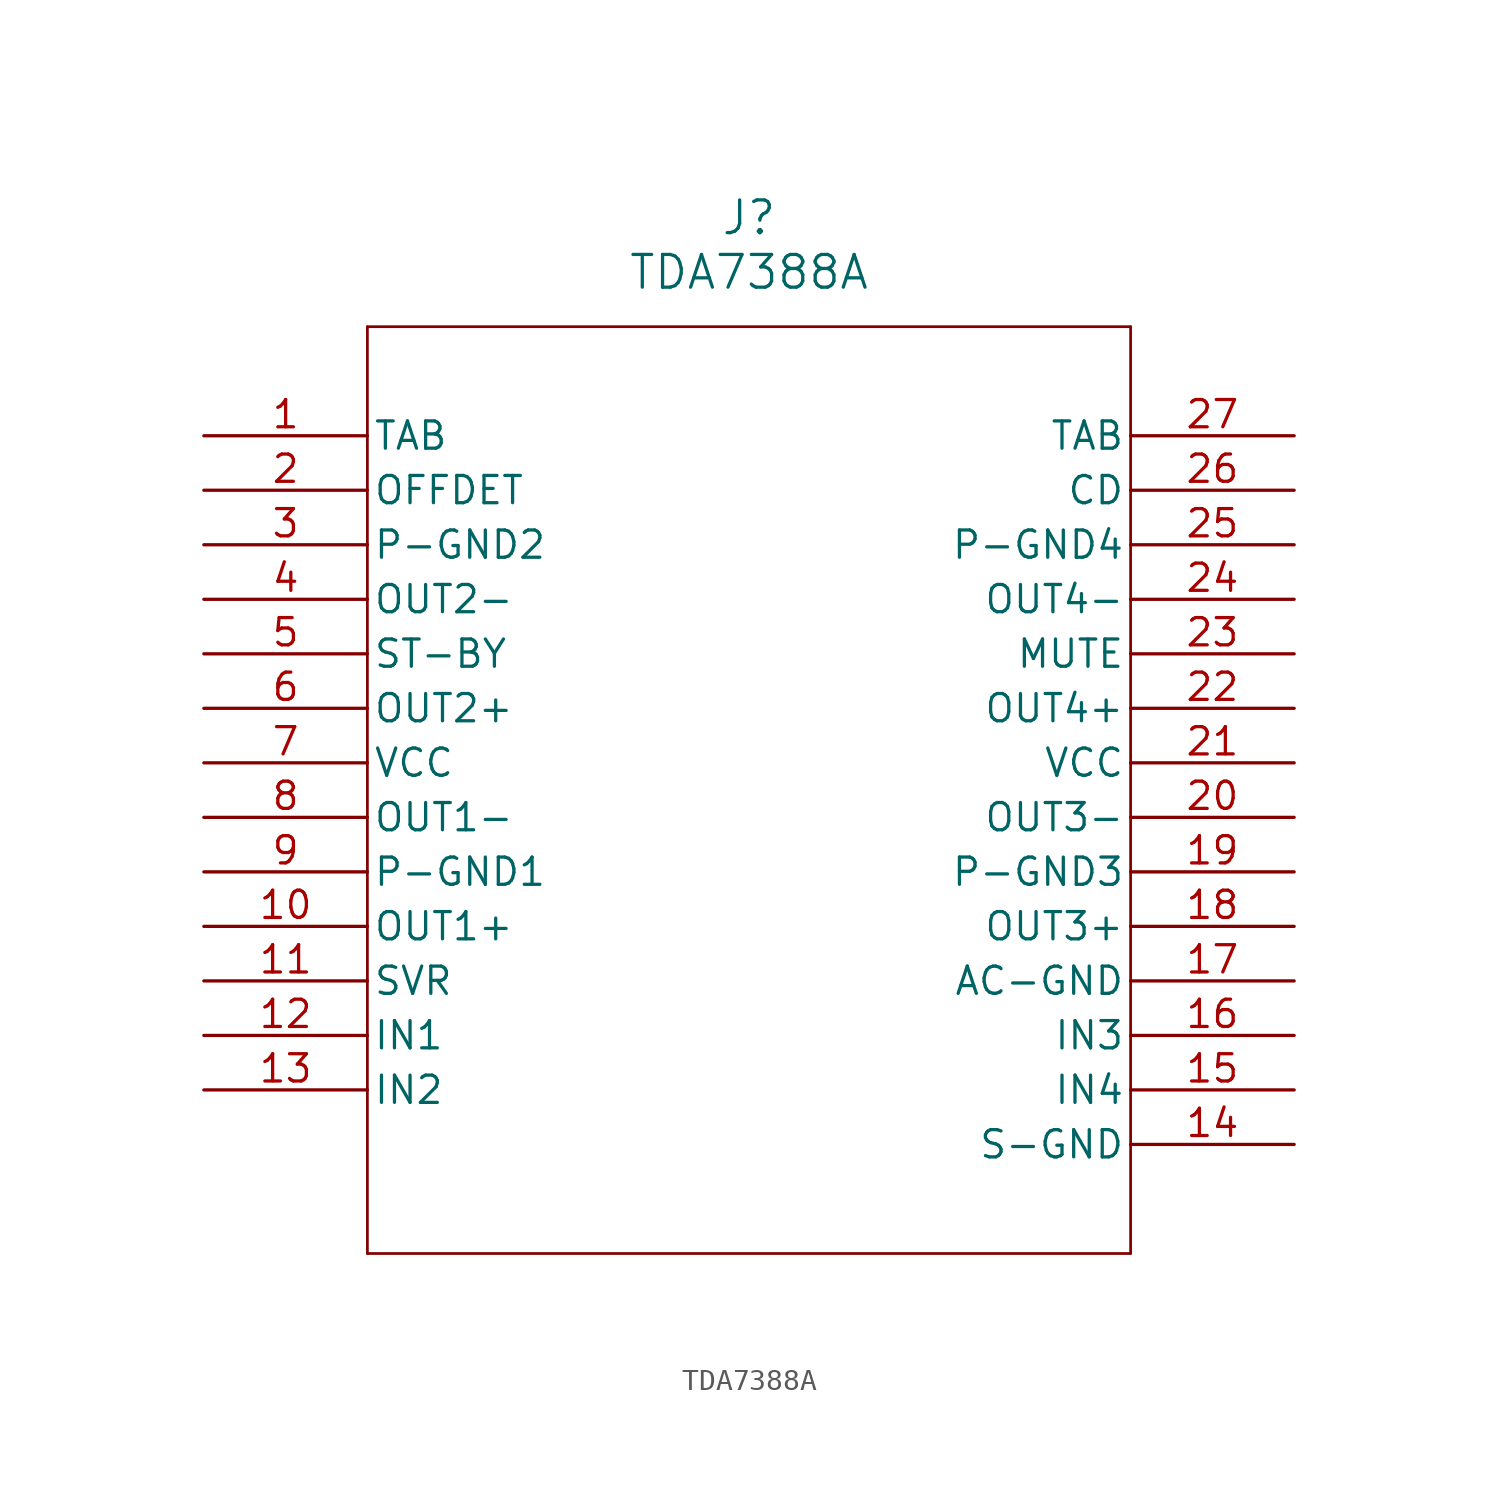
<source format=kicad_sym>
(kicad_symbol_lib
  (version 20211014)
  (generator kicad_symbol_editor)
  (symbol "TDA7388A"
    (pin_names
      (offset 0.254))
    (property "Reference" "J"
      (at 25.4 10.16 0)
      (effects (font (size 1.524 1.524))))
    (property "Value" "TDA7388A"
      (at 25.4 7.62 0)
      (effects (font (size 1.524 1.524))))
    (symbol "TDA7388A_0_1"
      (polyline (pts (xy 7.62 5.08) (xy 7.62 -38.1)) (stroke (width 0.127) (type default) (color 0 0 0 0)) (fill (type none)))
      (polyline (pts (xy 7.62 -38.1) (xy 43.18 -38.1)) (stroke (width 0.127) (type default) (color 0 0 0 0)) (fill (type none)))
      (polyline (pts (xy 43.18 -38.1) (xy 43.18 5.08)) (stroke (width 0.127) (type default) (color 0 0 0 0)) (fill (type none)))
      (polyline (pts (xy 43.18 5.08) (xy 7.62 5.08)) (stroke (width 0.127) (type default) (color 0 0 0 0)) (fill (type none)))
      (pin unspecified line (at 0 0 0) (length 7.62) (name "TAB" (effects (font (size 1.27 1.27)))) (number "1" (effects (font (size 1.27 1.27)))))
      (pin unspecified line (at 0 -2.54 0) (length 7.62) (name "OFFDET" (effects (font (size 1.27 1.27)))) (number "2" (effects (font (size 1.27 1.27)))))
      (pin power_out line (at 0 -5.08 0) (length 7.62) (name "P-GND2" (effects (font (size 1.27 1.27)))) (number "3" (effects (font (size 1.27 1.27)))))
      (pin output line (at 0 -7.62 0) (length 7.62) (name "OUT2-" (effects (font (size 1.27 1.27)))) (number "4" (effects (font (size 1.27 1.27)))))
      (pin unspecified line (at 0 -10.16 0) (length 7.62) (name "ST-BY" (effects (font (size 1.27 1.27)))) (number "5" (effects (font (size 1.27 1.27)))))
      (pin output line (at 0 -12.7 0) (length 7.62) (name "OUT2+" (effects (font (size 1.27 1.27)))) (number "6" (effects (font (size 1.27 1.27)))))
      (pin power_in line (at 0 -15.24 0) (length 7.62) (name "VCC" (effects (font (size 1.27 1.27)))) (number "7" (effects (font (size 1.27 1.27)))))
      (pin output line (at 0 -17.78 0) (length 7.62) (name "OUT1-" (effects (font (size 1.27 1.27)))) (number "8" (effects (font (size 1.27 1.27)))))
      (pin power_out line (at 0 -20.32 0) (length 7.62) (name "P-GND1" (effects (font (size 1.27 1.27)))) (number "9" (effects (font (size 1.27 1.27)))))
      (pin output line (at 0 -22.86 0) (length 7.62) (name "OUT1+" (effects (font (size 1.27 1.27)))) (number "10" (effects (font (size 1.27 1.27)))))
      (pin unspecified line (at 0 -25.4 0) (length 7.62) (name "SVR" (effects (font (size 1.27 1.27)))) (number "11" (effects (font (size 1.27 1.27)))))
      (pin input line (at 0 -27.94 0) (length 7.62) (name "IN1" (effects (font (size 1.27 1.27)))) (number "12" (effects (font (size 1.27 1.27)))))
      (pin input line (at 0 -30.48 0) (length 7.62) (name "IN2" (effects (font (size 1.27 1.27)))) (number "13" (effects (font (size 1.27 1.27)))))
      (pin power_out line (at 50.8 -33.02 180) (length 7.62) (name "S-GND" (effects (font (size 1.27 1.27)))) (number "14" (effects (font (size 1.27 1.27)))))
      (pin input line (at 50.8 -30.48 180) (length 7.62) (name "IN4" (effects (font (size 1.27 1.27)))) (number "15" (effects (font (size 1.27 1.27)))))
      (pin input line (at 50.8 -27.94 180) (length 7.62) (name "IN3" (effects (font (size 1.27 1.27)))) (number "16" (effects (font (size 1.27 1.27)))))
      (pin power_out line (at 50.8 -25.4 180) (length 7.62) (name "AC-GND" (effects (font (size 1.27 1.27)))) (number "17" (effects (font (size 1.27 1.27)))))
      (pin output line (at 50.8 -22.86 180) (length 7.62) (name "OUT3+" (effects (font (size 1.27 1.27)))) (number "18" (effects (font (size 1.27 1.27)))))
      (pin power_out line (at 50.8 -20.32 180) (length 7.62) (name "P-GND3" (effects (font (size 1.27 1.27)))) (number "19" (effects (font (size 1.27 1.27)))))
      (pin output line (at 50.8 -17.78 180) (length 7.62) (name "OUT3-" (effects (font (size 1.27 1.27)))) (number "20" (effects (font (size 1.27 1.27)))))
      (pin power_in line (at 50.8 -15.24 180) (length 7.62) (name "VCC" (effects (font (size 1.27 1.27)))) (number "21" (effects (font (size 1.27 1.27)))))
      (pin output line (at 50.8 -12.7 180) (length 7.62) (name "OUT4+" (effects (font (size 1.27 1.27)))) (number "22" (effects (font (size 1.27 1.27)))))
      (pin unspecified line (at 50.8 -10.16 180) (length 7.62) (name "MUTE" (effects (font (size 1.27 1.27)))) (number "23" (effects (font (size 1.27 1.27)))))
      (pin output line (at 50.8 -7.62 180) (length 7.62) (name "OUT4-" (effects (font (size 1.27 1.27)))) (number "24" (effects (font (size 1.27 1.27)))))
      (pin power_out line (at 50.8 -5.08 180) (length 7.62) (name "P-GND4" (effects (font (size 1.27 1.27)))) (number "25" (effects (font (size 1.27 1.27)))))
      (pin unspecified line (at 50.8 -2.54 180) (length 7.62) (name "CD" (effects (font (size 1.27 1.27)))) (number "26" (effects (font (size 1.27 1.27)))))
      (pin unspecified line (at 50.8 0 180) (length 7.62) (name "TAB" (effects (font (size 1.27 1.27)))) (number "27" (effects (font (size 1.27 1.27))))))))
</source>
